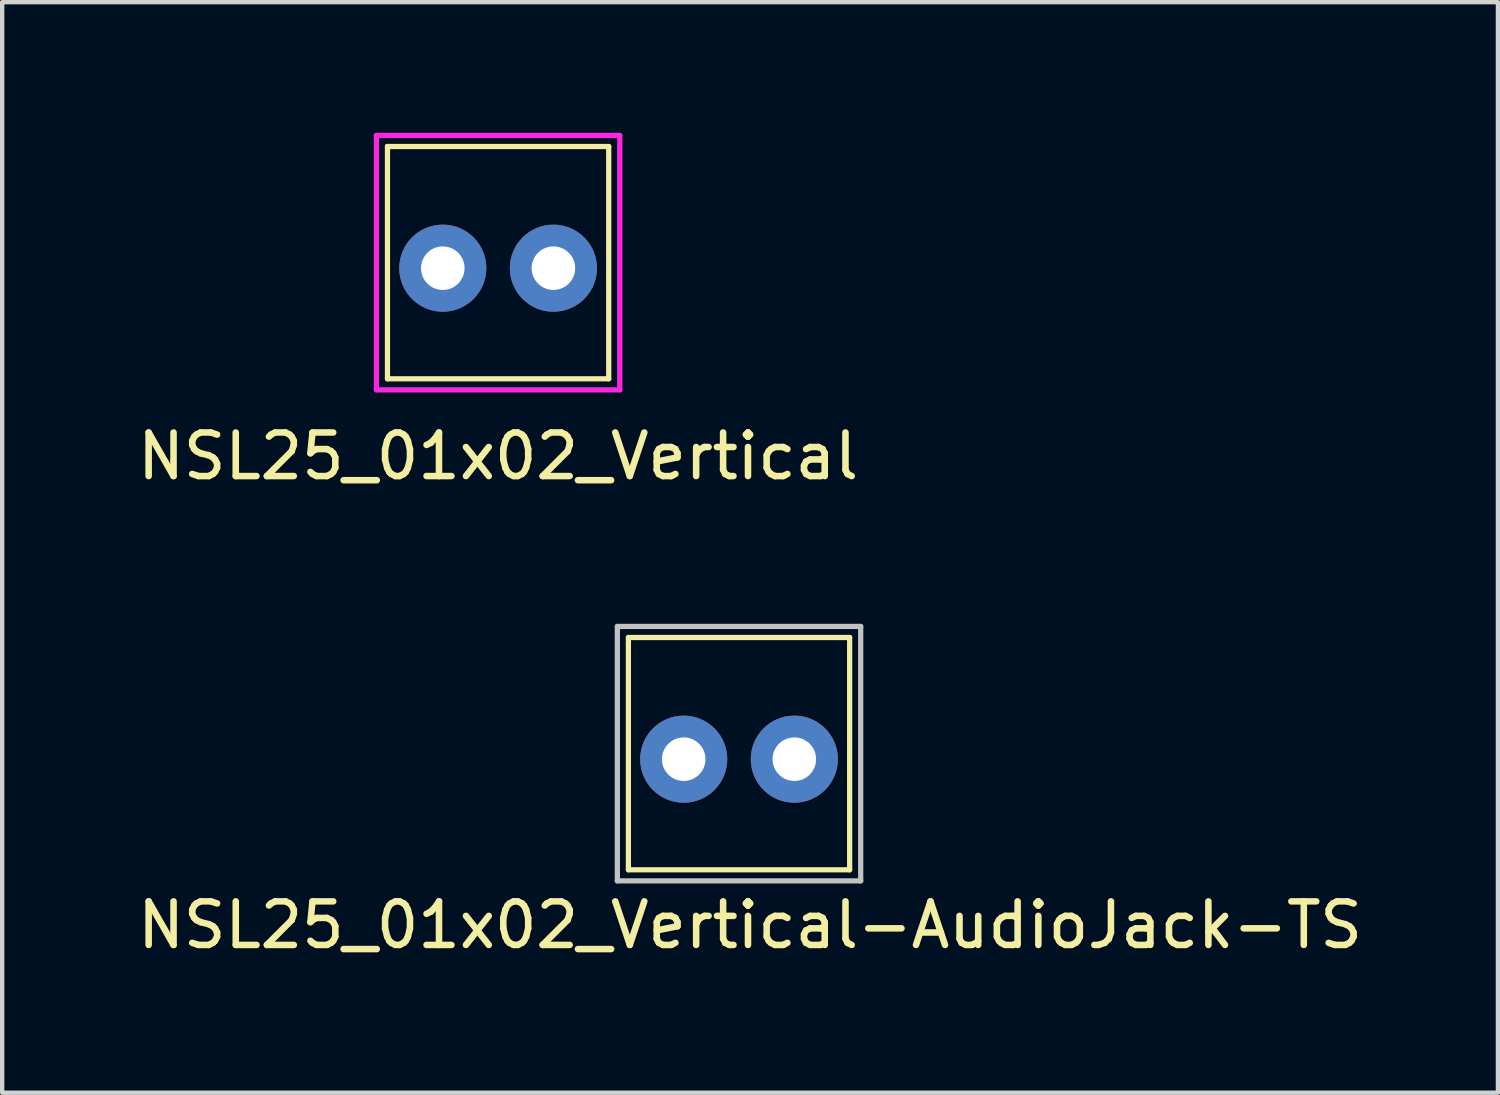
<source format=kicad_pcb>
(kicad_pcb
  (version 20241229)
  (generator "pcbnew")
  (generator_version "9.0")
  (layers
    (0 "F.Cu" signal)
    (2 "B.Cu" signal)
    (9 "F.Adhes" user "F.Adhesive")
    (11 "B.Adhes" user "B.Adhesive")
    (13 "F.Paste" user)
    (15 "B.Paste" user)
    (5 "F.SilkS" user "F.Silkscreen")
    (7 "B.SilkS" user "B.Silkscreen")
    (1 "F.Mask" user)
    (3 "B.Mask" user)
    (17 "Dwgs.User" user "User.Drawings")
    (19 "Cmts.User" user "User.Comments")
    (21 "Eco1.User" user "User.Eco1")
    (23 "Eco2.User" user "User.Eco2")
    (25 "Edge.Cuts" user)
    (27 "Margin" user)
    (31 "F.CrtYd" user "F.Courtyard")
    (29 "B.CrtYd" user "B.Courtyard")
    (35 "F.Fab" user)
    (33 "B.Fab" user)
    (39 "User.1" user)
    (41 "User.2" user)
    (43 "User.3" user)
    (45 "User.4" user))
  (footprint "NSL25_01x02_Vertical"
    (layer "F.Cu")
    (at 7.117 3.108)
    (property "Reference" "NSL25_01x02_Vertical" (at 1.27 4.318 0) (layer "F.SilkS") (effects (font (size 1 1) (thickness 0.15))))
    (attr through_hole)
    (fp_line (start -1.27 -2.794) (end 3.81 -2.794) (stroke (width 0.12) (type solid)) (layer "F.SilkS"))
    (fp_line (start -1.27 2.54) (end -1.27 -2.794) (stroke (width 0.12) (type solid)) (layer "F.SilkS"))
    (fp_line (start 3.81 -2.794) (end 3.81 2.54) (stroke (width 0.12) (type solid)) (layer "F.SilkS"))
    (fp_line (start 3.81 2.54) (end -1.27 2.54) (stroke (width 0.12) (type solid)) (layer "F.SilkS"))
    (fp_line (start -1.524 -3.048) (end -1.524 2.794) (stroke (width 0.12) (type solid)) (layer "F.CrtYd"))
    (fp_line (start -1.524 2.794) (end 4.064 2.794) (stroke (width 0.12) (type solid)) (layer "F.CrtYd"))
    (fp_line (start 4.064 -3.048) (end -1.524 -3.048) (stroke (width 0.12) (type solid)) (layer "F.CrtYd"))
    (fp_line (start 4.064 2.794) (end 4.064 -3.048) (stroke (width 0.12) (type solid)) (layer "F.CrtYd"))
    (pad "1" thru_hole circle (at 0 0) (size 2 2) (drill 1) (layers "*.Cu" "*.Mask"))
    (pad "2" thru_hole circle (at 2.54 0) (size 2 2) (drill 1) (layers "*.Cu" "*.Mask")))
  (footprint "NSL25_01x02_Vertical-AudioJack-TS"
    (layer "F.Cu")
    (at 12.649 14.382)
    (property "Reference" "NSL25_01x02_Vertical-AudioJack-TS" (at 1.524 3.81 0) (layer "F.SilkS") (effects (font (size 1 1) (thickness 0.15))))
    (attr through_hole)
    (fp_line (start -1.27 -2.794) (end 3.81 -2.794) (stroke (width 0.12) (type solid)) (layer "F.SilkS"))
    (fp_line (start -1.27 2.54) (end -1.27 -2.794) (stroke (width 0.12) (type solid)) (layer "F.SilkS"))
    (fp_line (start 3.81 -2.794) (end 3.81 2.54) (stroke (width 0.12) (type solid)) (layer "F.SilkS"))
    (fp_line (start 3.81 2.54) (end -1.27 2.54) (stroke (width 0.12) (type solid)) (layer "F.SilkS"))
    (fp_line (start -1.524 -3.048) (end -1.524 2.794) (stroke (width 0.12) (type solid)) (layer "Dwgs.User"))
    (fp_line (start -1.524 2.794) (end 4.064 2.794) (stroke (width 0.12) (type solid)) (layer "Dwgs.User"))
    (fp_line (start 4.064 -3.048) (end -1.524 -3.048) (stroke (width 0.12) (type solid)) (layer "Dwgs.User"))
    (fp_line (start 4.064 2.794) (end 4.064 -3.048) (stroke (width 0.12) (type solid)) (layer "Dwgs.User"))
    (pad "S" thru_hole circle (at 2.54 0) (size 2 2) (drill 1) (layers "*.Cu" "*.Mask"))
    (pad "T" thru_hole circle (at 0 0) (size 2 2) (drill 1) (layers "*.Cu" "*.Mask")))
  (gr_rect
    (start -3 -3)
    (end 31.345 22.041)
    (stroke (width 0.1) (type default))
    (fill no)
    (layer "Edge.Cuts")))
</source>
